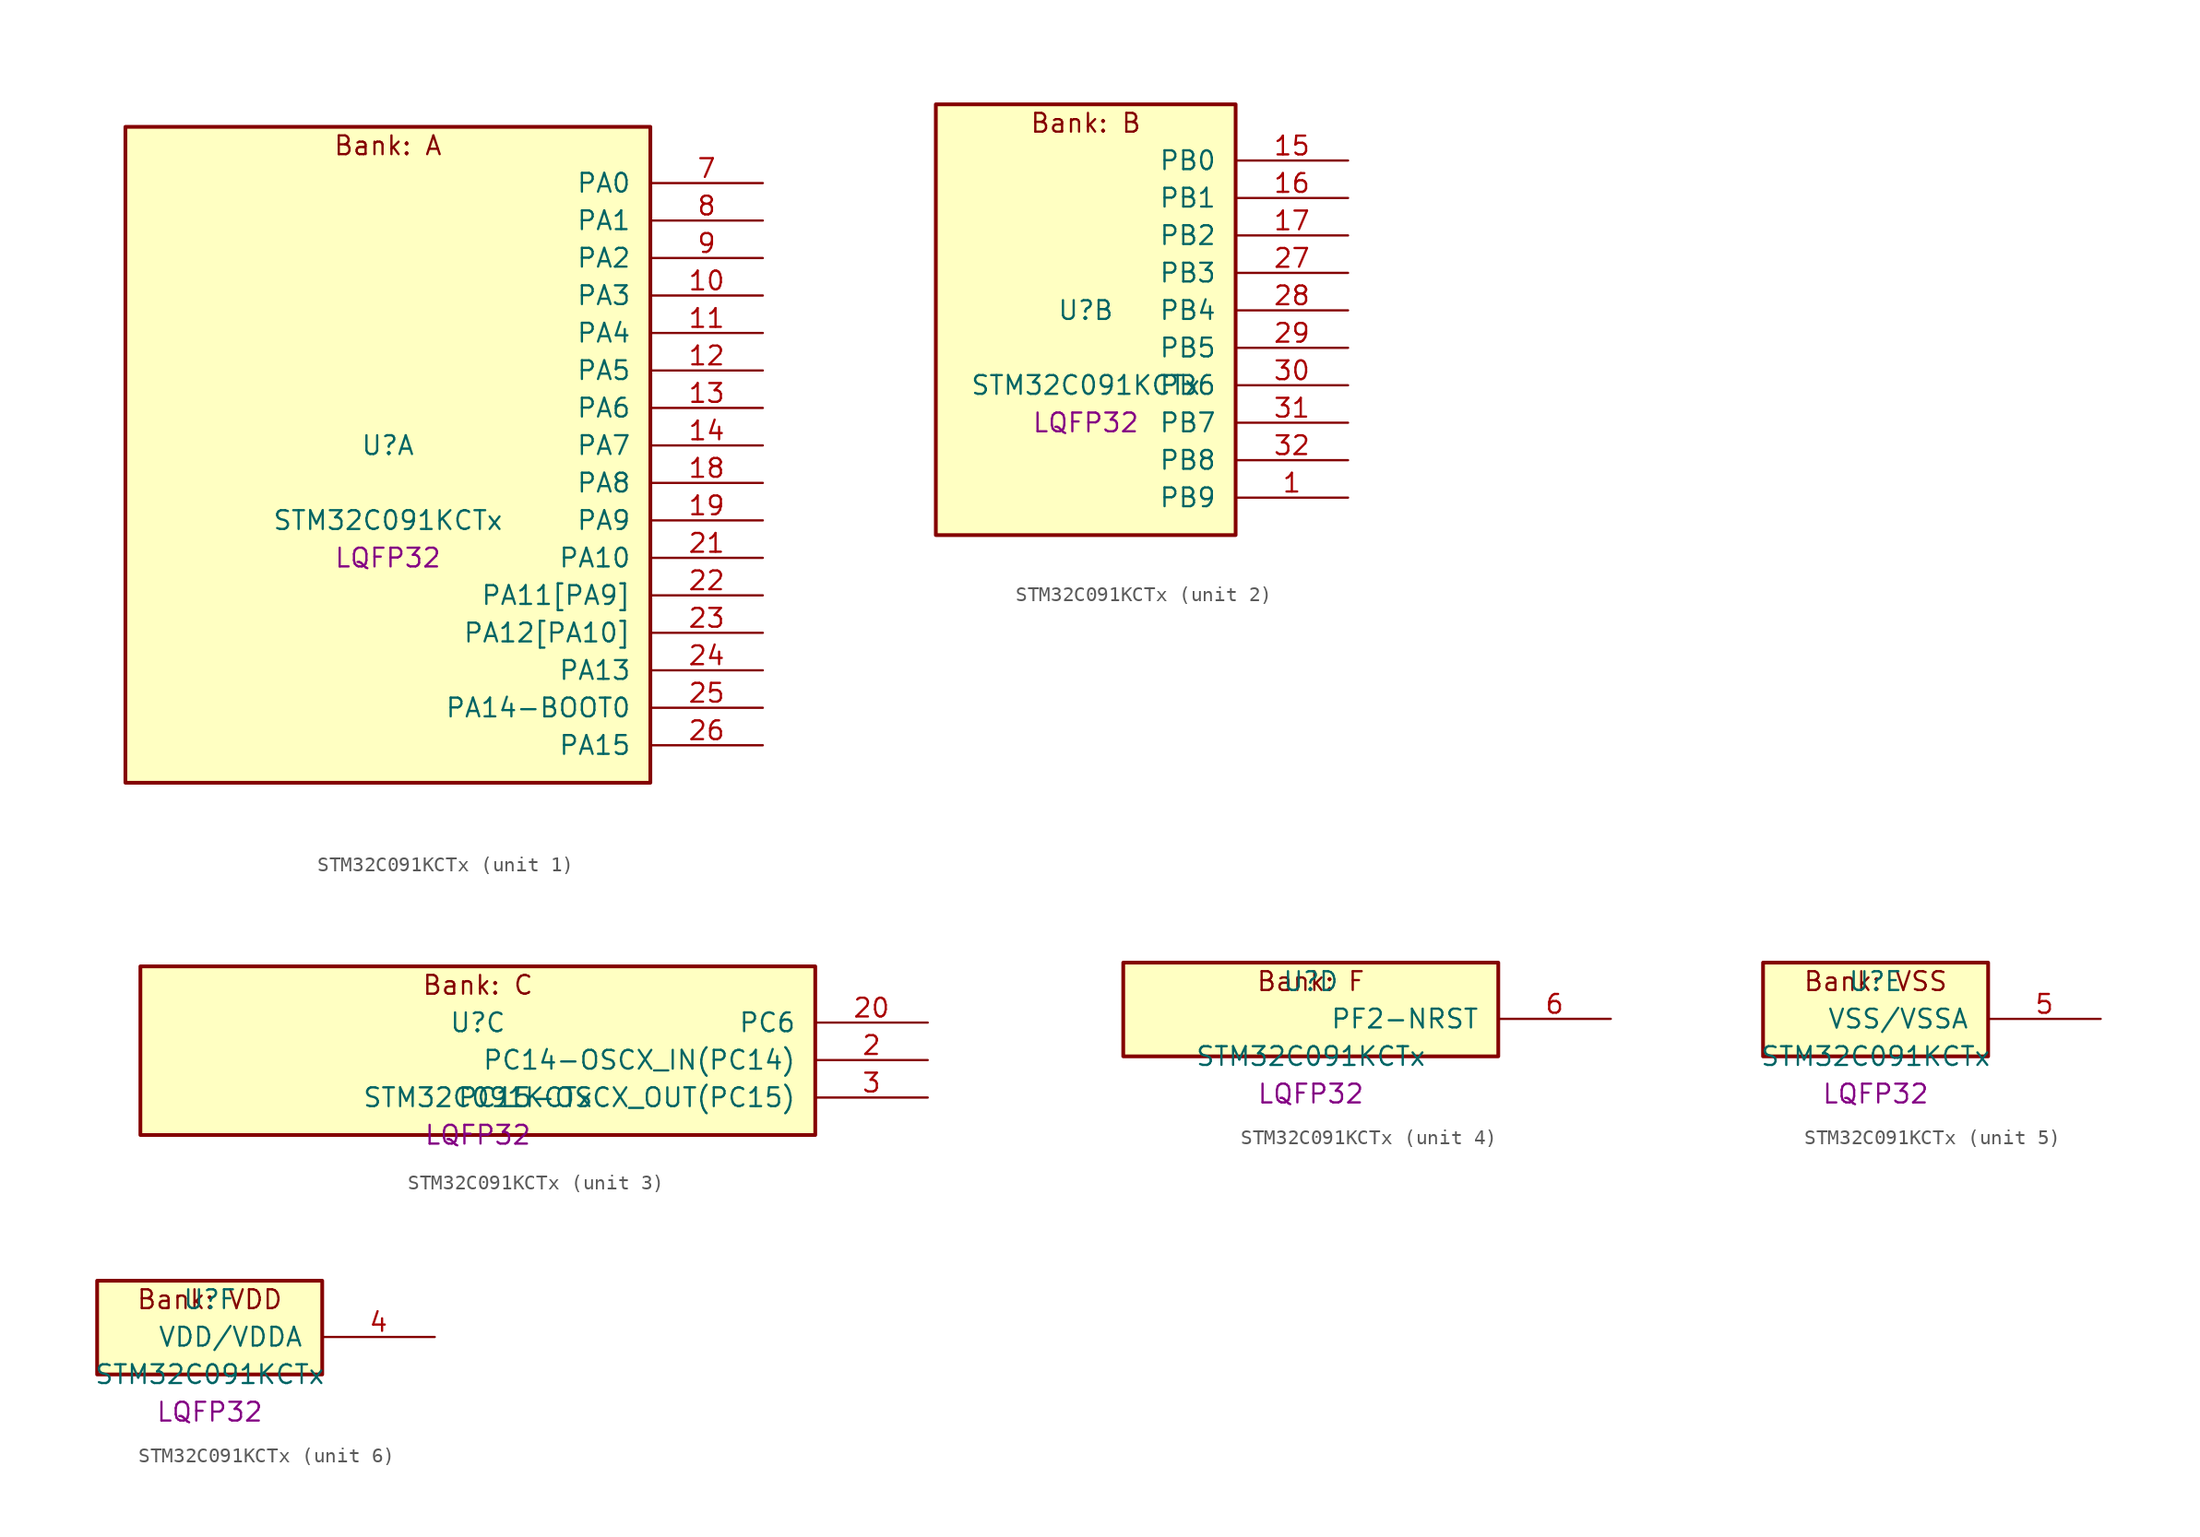
<source format=kicad_sym>
(kicad_symbol_lib
  (version 20241209)
  (generator "stm32_pkl_generator")
  (generator_version "1.0")
  (symbol "STM32C091KCTx"
    (pin_names
      (offset 1.27))
    (property "Reference" "U"
      (at 0 2.54 0))
    (property "Value" "STM32C091KCTx"
      (at 0 -2.54 0))
    (property "Footprint" "LQFP32"
      (at 0 -5.08 0))
    (symbol "STM32C091KCTx_1_1"
      (rectangle (start -17.78 24.13) (end 17.78 -20.32) (stroke (width 0.254) (type solid)) (fill (type background)))
      (text "Bank: A" (at 0 22.86 0))
      (pin bidirectional line (at 25.4 20.32 180) (length 7.62) (name "PA0") (number "7") (alternate "PA0/ADC1_IN0" bidirectional line) (alternate "PA0/PWR_WKUP1" bidirectional line) (alternate "PA0/SPI2_SCK" bidirectional line) (alternate "PA0/TIM16_CH1" bidirectional line) (alternate "PA0/TIM1_CH1" bidirectional line) (alternate "PA0/TIM2_CH1" bidirectional line) (alternate "PA0/TIM2_ETR" bidirectional line) (alternate "PA0/USART1_TX" bidirectional line) (alternate "PA0/USART2_CTS" bidirectional line) (alternate "PA0/USART2_NSS" bidirectional line) (alternate "PA0/USART4_TX" bidirectional line))
      (pin bidirectional line (at 25.4 17.78 180) (length 7.62) (name "PA1") (number "8") (alternate "PA1/ADC1_IN1" bidirectional line) (alternate "PA1/I2C1_SMBA" bidirectional line) (alternate "PA1/I2S1_CK" bidirectional line) (alternate "PA1/SPI1_SCK" bidirectional line) (alternate "PA1/TIM15_CH1N" bidirectional line) (alternate "PA1/TIM17_CH1" bidirectional line) (alternate "PA1/TIM1_CH2" bidirectional line) (alternate "PA1/TIM2_CH2" bidirectional line) (alternate "PA1/USART1_RX" bidirectional line) (alternate "PA1/USART2_CK" bidirectional line) (alternate "PA1/USART2_DE" bidirectional line) (alternate "PA1/USART2_RTS" bidirectional line) (alternate "PA1/USART4_RX" bidirectional line))
      (pin bidirectional line (at 25.4 15.24 180) (length 7.62) (name "PA2") (number "9") (alternate "PA2/ADC1_IN2" bidirectional line) (alternate "PA2/I2S1_SD" bidirectional line) (alternate "PA2/PWR_WKUP4" bidirectional line) (alternate "PA2/RCC_LSCO" bidirectional line) (alternate "PA2/SPI1_MOSI" bidirectional line) (alternate "PA2/TIM15_CH1" bidirectional line) (alternate "PA2/TIM16_CH1N" bidirectional line) (alternate "PA2/TIM1_CH3" bidirectional line) (alternate "PA2/TIM2_CH3" bidirectional line) (alternate "PA2/TIM3_ETR" bidirectional line) (alternate "PA2/USART2_TX" bidirectional line))
      (pin bidirectional line (at 25.4 12.7 180) (length 7.62) (name "PA3") (number "10") (alternate "PA3/ADC1_IN3" bidirectional line) (alternate "PA3/SPI2_MISO" bidirectional line) (alternate "PA3/TIM15_CH2" bidirectional line) (alternate "PA3/TIM1_CH1N" bidirectional line) (alternate "PA3/TIM1_CH4" bidirectional line) (alternate "PA3/TIM2_CH4" bidirectional line) (alternate "PA3/USART2_RX" bidirectional line))
      (pin bidirectional line (at 25.4 10.16 180) (length 7.62) (name "PA4") (number "11") (alternate "PA4/ADC1_IN4" bidirectional line) (alternate "PA4/I2S1_WS" bidirectional line) (alternate "PA4/PWR_WKUP2" bidirectional line) (alternate "PA4/RTC_OUT1" bidirectional line) (alternate "PA4/RTC_TS" bidirectional line) (alternate "PA4/SPI1_NSS" bidirectional line) (alternate "PA4/SPI2_MOSI" bidirectional line) (alternate "PA4/TIM14_CH1" bidirectional line) (alternate "PA4/TIM17_CH1N" bidirectional line) (alternate "PA4/TIM1_CH2N" bidirectional line) (alternate "PA4/USART2_TX" bidirectional line))
      (pin bidirectional line (at 25.4 7.62 180) (length 7.62) (name "PA5") (number "12") (alternate "PA5/ADC1_IN5" bidirectional line) (alternate "PA5/I2S1_CK" bidirectional line) (alternate "PA5/SPI1_SCK" bidirectional line) (alternate "PA5/TIM1_CH1" bidirectional line) (alternate "PA5/TIM1_CH3N" bidirectional line) (alternate "PA5/TIM2_CH1" bidirectional line) (alternate "PA5/TIM2_ETR" bidirectional line) (alternate "PA5/USART2_RX" bidirectional line) (alternate "PA5/USART3_TX" bidirectional line))
      (pin bidirectional line (at 25.4 5.08 180) (length 7.62) (name "PA6") (number "13") (alternate "PA6/ADC1_IN6" bidirectional line) (alternate "PA6/I2C2_SDA" bidirectional line) (alternate "PA6/I2S1_MCK" bidirectional line) (alternate "PA6/SPI1_MISO" bidirectional line) (alternate "PA6/TIM16_CH1" bidirectional line) (alternate "PA6/TIM1_BKIN" bidirectional line) (alternate "PA6/TIM3_CH1" bidirectional line) (alternate "PA6/USART3_CTS" bidirectional line) (alternate "PA6/USART3_NSS" bidirectional line))
      (pin bidirectional line (at 25.4 2.54 180) (length 7.62) (name "PA7") (number "14") (alternate "PA7/ADC1_IN7" bidirectional line) (alternate "PA7/I2C2_SCL" bidirectional line) (alternate "PA7/I2S1_SD" bidirectional line) (alternate "PA7/SPI1_MOSI" bidirectional line) (alternate "PA7/TIM14_CH1" bidirectional line) (alternate "PA7/TIM17_CH1" bidirectional line) (alternate "PA7/TIM1_CH1N" bidirectional line) (alternate "PA7/TIM3_CH2" bidirectional line))
      (pin bidirectional line (at 25.4 0 180) (length 7.62) (name "PA8") (number "18") (alternate "PA8/ADC1_IN8" bidirectional line) (alternate "PA8/I2S1_WS" bidirectional line) (alternate "PA8/RCC_MCO" bidirectional line) (alternate "PA8/RCC_MCO_2" bidirectional line) (alternate "PA8/SPI1_NSS" bidirectional line) (alternate "PA8/SPI2_MISO" bidirectional line) (alternate "PA8/SPI2_NSS" bidirectional line) (alternate "PA8/TIM14_CH1" bidirectional line) (alternate "PA8/TIM1_CH1" bidirectional line) (alternate "PA8/TIM1_CH2N" bidirectional line) (alternate "PA8/TIM1_CH3N" bidirectional line) (alternate "PA8/TIM3_CH3" bidirectional line) (alternate "PA8/TIM3_CH4" bidirectional line) (alternate "PA8/USART1_RX" bidirectional line) (alternate "PA8/USART2_TX" bidirectional line))
      (pin bidirectional line (at 25.4 -2.54 180) (length 7.62) (name "PA9") (number "19") (alternate "PA9/I2C1_SCL" bidirectional line) (alternate "PA9/I2C2_SCL" bidirectional line) (alternate "PA9/RCC_MCO" bidirectional line) (alternate "PA9/SPI2_MISO" bidirectional line) (alternate "PA9/TIM15_BKIN" bidirectional line) (alternate "PA9/TIM1_CH2" bidirectional line) (alternate "PA9/TIM3_ETR" bidirectional line) (alternate "PA9/USART1_TX" bidirectional line) (alternate "PA9/NC" bidirectional line))
      (pin bidirectional line (at 25.4 -5.08 180) (length 7.62) (name "PA10") (number "21") (alternate "PA10/I2C1_SDA" bidirectional line) (alternate "PA10/I2C2_SDA" bidirectional line) (alternate "PA10/RCC_MCO_2" bidirectional line) (alternate "PA10/SPI2_MOSI" bidirectional line) (alternate "PA10/TIM17_BKIN" bidirectional line) (alternate "PA10/TIM1_CH3" bidirectional line) (alternate "PA10/USART1_RX" bidirectional line) (alternate "PA10/NC" bidirectional line))
      (pin bidirectional line (at 25.4 -7.62 180) (length 7.62) (name "PA11[PA9]") (number "22") (alternate "PA11[PA9]/ADC1_EXTI11" bidirectional line) (alternate "PA11[PA9]/I2C2_SCL" bidirectional line) (alternate "PA11[PA9]/I2S1_MCK" bidirectional line) (alternate "PA11[PA9]/SPI1_MISO" bidirectional line) (alternate "PA11[PA9]/TIM1_BKIN2" bidirectional line) (alternate "PA11[PA9]/TIM1_CH4" bidirectional line) (alternate "PA11[PA9]/USART1_CTS" bidirectional line) (alternate "PA11[PA9]/USART1_NSS" bidirectional line) (alternate "PA11[PA9]/PA9[PA11]" bidirectional line) (alternate "PA11[PA9]/I2C1_SCL" bidirectional line) (alternate "PA11[PA9]/RCC_MCO" bidirectional line) (alternate "PA11[PA9]/SPI2_MISO" bidirectional line) (alternate "PA11[PA9]/TIM15_BKIN" bidirectional line) (alternate "PA11[PA9]/TIM1_CH2" bidirectional line) (alternate "PA11[PA9]/TIM3_ETR" bidirectional line) (alternate "PA11[PA9]/USART1_TX" bidirectional line))
      (pin bidirectional line (at 25.4 -10.16 180) (length 7.62) (name "PA12[PA10]") (number "23") (alternate "PA12[PA10]/I2C2_SDA" bidirectional line) (alternate "PA12[PA10]/I2S1_SD" bidirectional line) (alternate "PA12[PA10]/I2S_CKIN" bidirectional line) (alternate "PA12[PA10]/SPI1_MOSI" bidirectional line) (alternate "PA12[PA10]/TIM1_ETR" bidirectional line) (alternate "PA12[PA10]/USART1_CK" bidirectional line) (alternate "PA12[PA10]/USART1_DE" bidirectional line) (alternate "PA12[PA10]/USART1_RTS" bidirectional line) (alternate "PA12[PA10]/PA10[PA12]" bidirectional line) (alternate "PA12[PA10]/I2C1_SDA" bidirectional line) (alternate "PA12[PA10]/RCC_MCO_2" bidirectional line) (alternate "PA12[PA10]/SPI2_MOSI" bidirectional line) (alternate "PA12[PA10]/TIM17_BKIN" bidirectional line) (alternate "PA12[PA10]/TIM1_CH3" bidirectional line) (alternate "PA12[PA10]/USART1_RX" bidirectional line))
      (pin bidirectional line (at 25.4 -12.7 180) (length 7.62) (name "PA13") (number "24") (alternate "PA13/ADC1_IN13" bidirectional line) (alternate "PA13/DEBUG_SWDIO" bidirectional line) (alternate "PA13/IR_OUT" bidirectional line) (alternate "PA13/TIM3_ETR" bidirectional line) (alternate "PA13/USART2_RX" bidirectional line))
      (pin bidirectional line (at 25.4 -15.24 180) (length 7.62) (name "PA14-BOOT0") (number "25") (alternate "PA14-BOOT0/ADC1_IN14" bidirectional line) (alternate "PA14-BOOT0/BOOT0" bidirectional line) (alternate "PA14-BOOT0/DEBUG_SWCLK" bidirectional line) (alternate "PA14-BOOT0/I2S1_WS" bidirectional line) (alternate "PA14-BOOT0/RCC_MCO_2" bidirectional line) (alternate "PA14-BOOT0/SPI1_NSS" bidirectional line) (alternate "PA14-BOOT0/TIM1_CH1" bidirectional line) (alternate "PA14-BOOT0/USART1_CK" bidirectional line) (alternate "PA14-BOOT0/USART1_DE" bidirectional line) (alternate "PA14-BOOT0/USART1_RTS" bidirectional line) (alternate "PA14-BOOT0/USART2_RX" bidirectional line) (alternate "PA14-BOOT0/USART2_TX" bidirectional line))
      (pin bidirectional line (at 25.4 -17.78 180) (length 7.62) (name "PA15") (number "26") (alternate "PA15/I2S1_WS" bidirectional line) (alternate "PA15/RCC_MCO_2" bidirectional line) (alternate "PA15/SPI1_NSS" bidirectional line) (alternate "PA15/TIM1_CH1" bidirectional line) (alternate "PA15/TIM2_CH1" bidirectional line) (alternate "PA15/TIM2_ETR" bidirectional line) (alternate "PA15/USART1_CK" bidirectional line) (alternate "PA15/USART1_DE" bidirectional line) (alternate "PA15/USART1_RTS" bidirectional line) (alternate "PA15/USART2_RX" bidirectional line) (alternate "PA15/USART3_CK" bidirectional line) (alternate "PA15/USART3_DE" bidirectional line) (alternate "PA15/USART3_RTS" bidirectional line) (alternate "PA15/USART4_CK" bidirectional line) (alternate "PA15/USART4_DE" bidirectional line) (alternate "PA15/USART4_RTS" bidirectional line)))
    (symbol "STM32C091KCTx_2_1"
      (rectangle (start -10.16 16.51) (end 10.16 -12.7) (stroke (width 0.254) (type solid)) (fill (type background)))
      (text "Bank: B" (at 0 15.24 0))
      (pin bidirectional line (at 17.78 12.7 180) (length 7.62) (name "PB0") (number "15") (alternate "PB0/ADC1_IN17" bidirectional line) (alternate "PB0/I2S1_WS" bidirectional line) (alternate "PB0/SPI1_NSS" bidirectional line) (alternate "PB0/TIM1_CH2N" bidirectional line) (alternate "PB0/TIM3_CH3" bidirectional line) (alternate "PB0/USART3_RX" bidirectional line))
      (pin bidirectional line (at 17.78 10.16 180) (length 7.62) (name "PB1") (number "16") (alternate "PB1/ADC1_IN18" bidirectional line) (alternate "PB1/TIM14_CH1" bidirectional line) (alternate "PB1/TIM1_CH2N" bidirectional line) (alternate "PB1/TIM1_CH3N" bidirectional line) (alternate "PB1/TIM3_CH4" bidirectional line) (alternate "PB1/USART3_CK" bidirectional line) (alternate "PB1/USART3_DE" bidirectional line) (alternate "PB1/USART3_RTS" bidirectional line))
      (pin bidirectional line (at 17.78 7.62 180) (length 7.62) (name "PB2") (number "17") (alternate "PB2/ADC1_IN19" bidirectional line) (alternate "PB2/RCC_MCO_2" bidirectional line) (alternate "PB2/SPI2_MISO" bidirectional line) (alternate "PB2/USART1_RX" bidirectional line) (alternate "PB2/USART3_TX" bidirectional line))
      (pin bidirectional line (at 17.78 5.08 180) (length 7.62) (name "PB3") (number "27") (alternate "PB3/I2C2_SCL" bidirectional line) (alternate "PB3/I2S1_CK" bidirectional line) (alternate "PB3/SPI1_SCK" bidirectional line) (alternate "PB3/TIM1_CH2" bidirectional line) (alternate "PB3/TIM2_CH2" bidirectional line) (alternate "PB3/TIM3_CH2" bidirectional line) (alternate "PB3/USART1_CK" bidirectional line) (alternate "PB3/USART1_DE" bidirectional line) (alternate "PB3/USART1_RTS" bidirectional line))
      (pin bidirectional line (at 17.78 2.54 180) (length 7.62) (name "PB4") (number "28") (alternate "PB4/I2C2_SDA" bidirectional line) (alternate "PB4/I2S1_MCK" bidirectional line) (alternate "PB4/SPI1_MISO" bidirectional line) (alternate "PB4/TIM17_BKIN" bidirectional line) (alternate "PB4/TIM3_CH1" bidirectional line) (alternate "PB4/USART1_CTS" bidirectional line) (alternate "PB4/USART1_NSS" bidirectional line))
      (pin bidirectional line (at 17.78 0 180) (length 7.62) (name "PB5") (number "29") (alternate "PB5/I2C1_SMBA" bidirectional line) (alternate "PB5/I2S1_SD" bidirectional line) (alternate "PB5/PWR_WKUP6" bidirectional line) (alternate "PB5/SPI1_MOSI" bidirectional line) (alternate "PB5/TIM16_BKIN" bidirectional line) (alternate "PB5/TIM3_CH2" bidirectional line) (alternate "PB5/TIM3_CH3" bidirectional line))
      (pin bidirectional line (at 17.78 -2.54 180) (length 7.62) (name "PB6") (number "30") (alternate "PB6/I2C1_SCL" bidirectional line) (alternate "PB6/I2C1_SMBA" bidirectional line) (alternate "PB6/I2S1_CK" bidirectional line) (alternate "PB6/I2S1_MCK" bidirectional line) (alternate "PB6/I2S1_SD" bidirectional line) (alternate "PB6/PWR_WKUP3" bidirectional line) (alternate "PB6/SPI1_MISO" bidirectional line) (alternate "PB6/SPI1_MOSI" bidirectional line) (alternate "PB6/SPI1_SCK" bidirectional line) (alternate "PB6/SPI2_MISO" bidirectional line) (alternate "PB6/TIM16_BKIN" bidirectional line) (alternate "PB6/TIM16_CH1N" bidirectional line) (alternate "PB6/TIM1_CH2" bidirectional line) (alternate "PB6/TIM1_CH3" bidirectional line) (alternate "PB6/TIM3_CH1" bidirectional line) (alternate "PB6/TIM3_CH2" bidirectional line) (alternate "PB6/TIM3_CH3" bidirectional line) (alternate "PB6/USART1_CTS" bidirectional line) (alternate "PB6/USART1_NSS" bidirectional line) (alternate "PB6/USART1_TX" bidirectional line))
      (pin bidirectional line (at 17.78 -5.08 180) (length 7.62) (name "PB7") (number "31") (alternate "PB7/I2C1_SCL" bidirectional line) (alternate "PB7/I2C1_SDA" bidirectional line) (alternate "PB7/RTC_REFIN" bidirectional line) (alternate "PB7/SPI2_MOSI" bidirectional line) (alternate "PB7/TIM16_CH1" bidirectional line) (alternate "PB7/TIM17_CH1N" bidirectional line) (alternate "PB7/TIM1_CH4" bidirectional line) (alternate "PB7/TIM3_CH1" bidirectional line) (alternate "PB7/TIM3_CH4" bidirectional line) (alternate "PB7/USART1_RX" bidirectional line) (alternate "PB7/USART2_CTS" bidirectional line) (alternate "PB7/USART2_NSS" bidirectional line) (alternate "PB7/USART4_CTS" bidirectional line) (alternate "PB7/USART4_NSS" bidirectional line))
      (pin bidirectional line (at 17.78 -7.62 180) (length 7.62) (name "PB8") (number "32") (alternate "PB8/I2C1_SCL" bidirectional line) (alternate "PB8/SPI2_SCK" bidirectional line) (alternate "PB8/TIM15_BKIN" bidirectional line) (alternate "PB8/TIM16_CH1" bidirectional line) (alternate "PB8/TIM3_CH1" bidirectional line) (alternate "PB8/USART2_CTS" bidirectional line) (alternate "PB8/USART2_NSS" bidirectional line) (alternate "PB8/USART3_TX" bidirectional line))
      (pin bidirectional line (at 17.78 -10.16 180) (length 7.62) (name "PB9") (number "1") (alternate "PB9/I2C1_SDA" bidirectional line) (alternate "PB9/IR_OUT" bidirectional line) (alternate "PB9/SPI2_NSS" bidirectional line) (alternate "PB9/TIM17_CH1" bidirectional line) (alternate "PB9/TIM3_CH2" bidirectional line) (alternate "PB9/USART2_CK" bidirectional line) (alternate "PB9/USART2_DE" bidirectional line) (alternate "PB9/USART2_RTS" bidirectional line) (alternate "PB9/USART3_RX" bidirectional line)))
    (symbol "STM32C091KCTx_3_1"
      (rectangle (start -22.86 6.35) (end 22.86 -5.08) (stroke (width 0.254) (type solid)) (fill (type background)))
      (text "Bank: C" (at 0 5.08 0))
      (pin bidirectional line (at 30.48 2.54 180) (length 7.62) (name "PC6") (number "20") (alternate "PC6/TIM2_CH3" bidirectional line) (alternate "PC6/TIM3_CH1" bidirectional line))
      (pin bidirectional line (at 30.48 0 180) (length 7.62) (name "PC14-OSCX_IN(PC14)") (number "2") (alternate "PC14-OSCX_IN(PC14)/I2C1_SDA" bidirectional line) (alternate "PC14-OSCX_IN(PC14)/IR_OUT" bidirectional line) (alternate "PC14-OSCX_IN(PC14)/RCC_OSCX_IN" bidirectional line) (alternate "PC14-OSCX_IN(PC14)/SPI2_NSS" bidirectional line) (alternate "PC14-OSCX_IN(PC14)/TIM17_CH1" bidirectional line) (alternate "PC14-OSCX_IN(PC14)/TIM1_BKIN2" bidirectional line) (alternate "PC14-OSCX_IN(PC14)/TIM1_ETR" bidirectional line) (alternate "PC14-OSCX_IN(PC14)/TIM3_CH2" bidirectional line) (alternate "PC14-OSCX_IN(PC14)/USART1_TX" bidirectional line) (alternate "PC14-OSCX_IN(PC14)/USART2_CK" bidirectional line) (alternate "PC14-OSCX_IN(PC14)/USART2_DE" bidirectional line) (alternate "PC14-OSCX_IN(PC14)/USART2_RTS" bidirectional line) (alternate "PC14-OSCX_IN(PC14)/USART3_TX" bidirectional line))
      (pin bidirectional line (at 30.48 -2.54 180) (length 7.62) (name "PC15-OSCX_OUT(PC15)") (number "3") (alternate "PC15-OSCX_OUT(PC15)/RCC_OSC32_EN" bidirectional line) (alternate "PC15-OSCX_OUT(PC15)/RCC_OSCX_OUT" bidirectional line) (alternate "PC15-OSCX_OUT(PC15)/RCC_OSC_EN" bidirectional line) (alternate "PC15-OSCX_OUT(PC15)/TIM15_BKIN" bidirectional line) (alternate "PC15-OSCX_OUT(PC15)/TIM1_ETR" bidirectional line) (alternate "PC15-OSCX_OUT(PC15)/TIM3_CH3" bidirectional line)))
    (symbol "STM32C091KCTx_4_1"
      (rectangle (start -12.7 3.81) (end 12.7 -2.54) (stroke (width 0.254) (type solid)) (fill (type background)))
      (text "Bank: F" (at 0 2.54 0))
      (pin bidirectional line (at 20.32 0 180) (length 7.62) (name "PF2-NRST") (number "6") (alternate "PF2-NRST/RCC_MCO" bidirectional line) (alternate "PF2-NRST/TIM1_CH4" bidirectional line)))
    (symbol "STM32C091KCTx_5_1"
      (rectangle (start -7.62 3.81) (end 7.62 -2.54) (stroke (width 0.254) (type solid)) (fill (type background)))
      (text "Bank: VSS" (at 0 2.54 0))
      (pin power_in line (at 15.24 0 180) (length 7.62) (name "VSS/VSSA") (number "5")))
    (symbol "STM32C091KCTx_6_1"
      (rectangle (start -7.62 3.81) (end 7.62 -2.54) (stroke (width 0.254) (type solid)) (fill (type background)))
      (text "Bank: VDD" (at 0 2.54 0))
      (pin power_in line (at 15.24 0 180) (length 7.62) (name "VDD/VDDA") (number "4")))))
</source>
